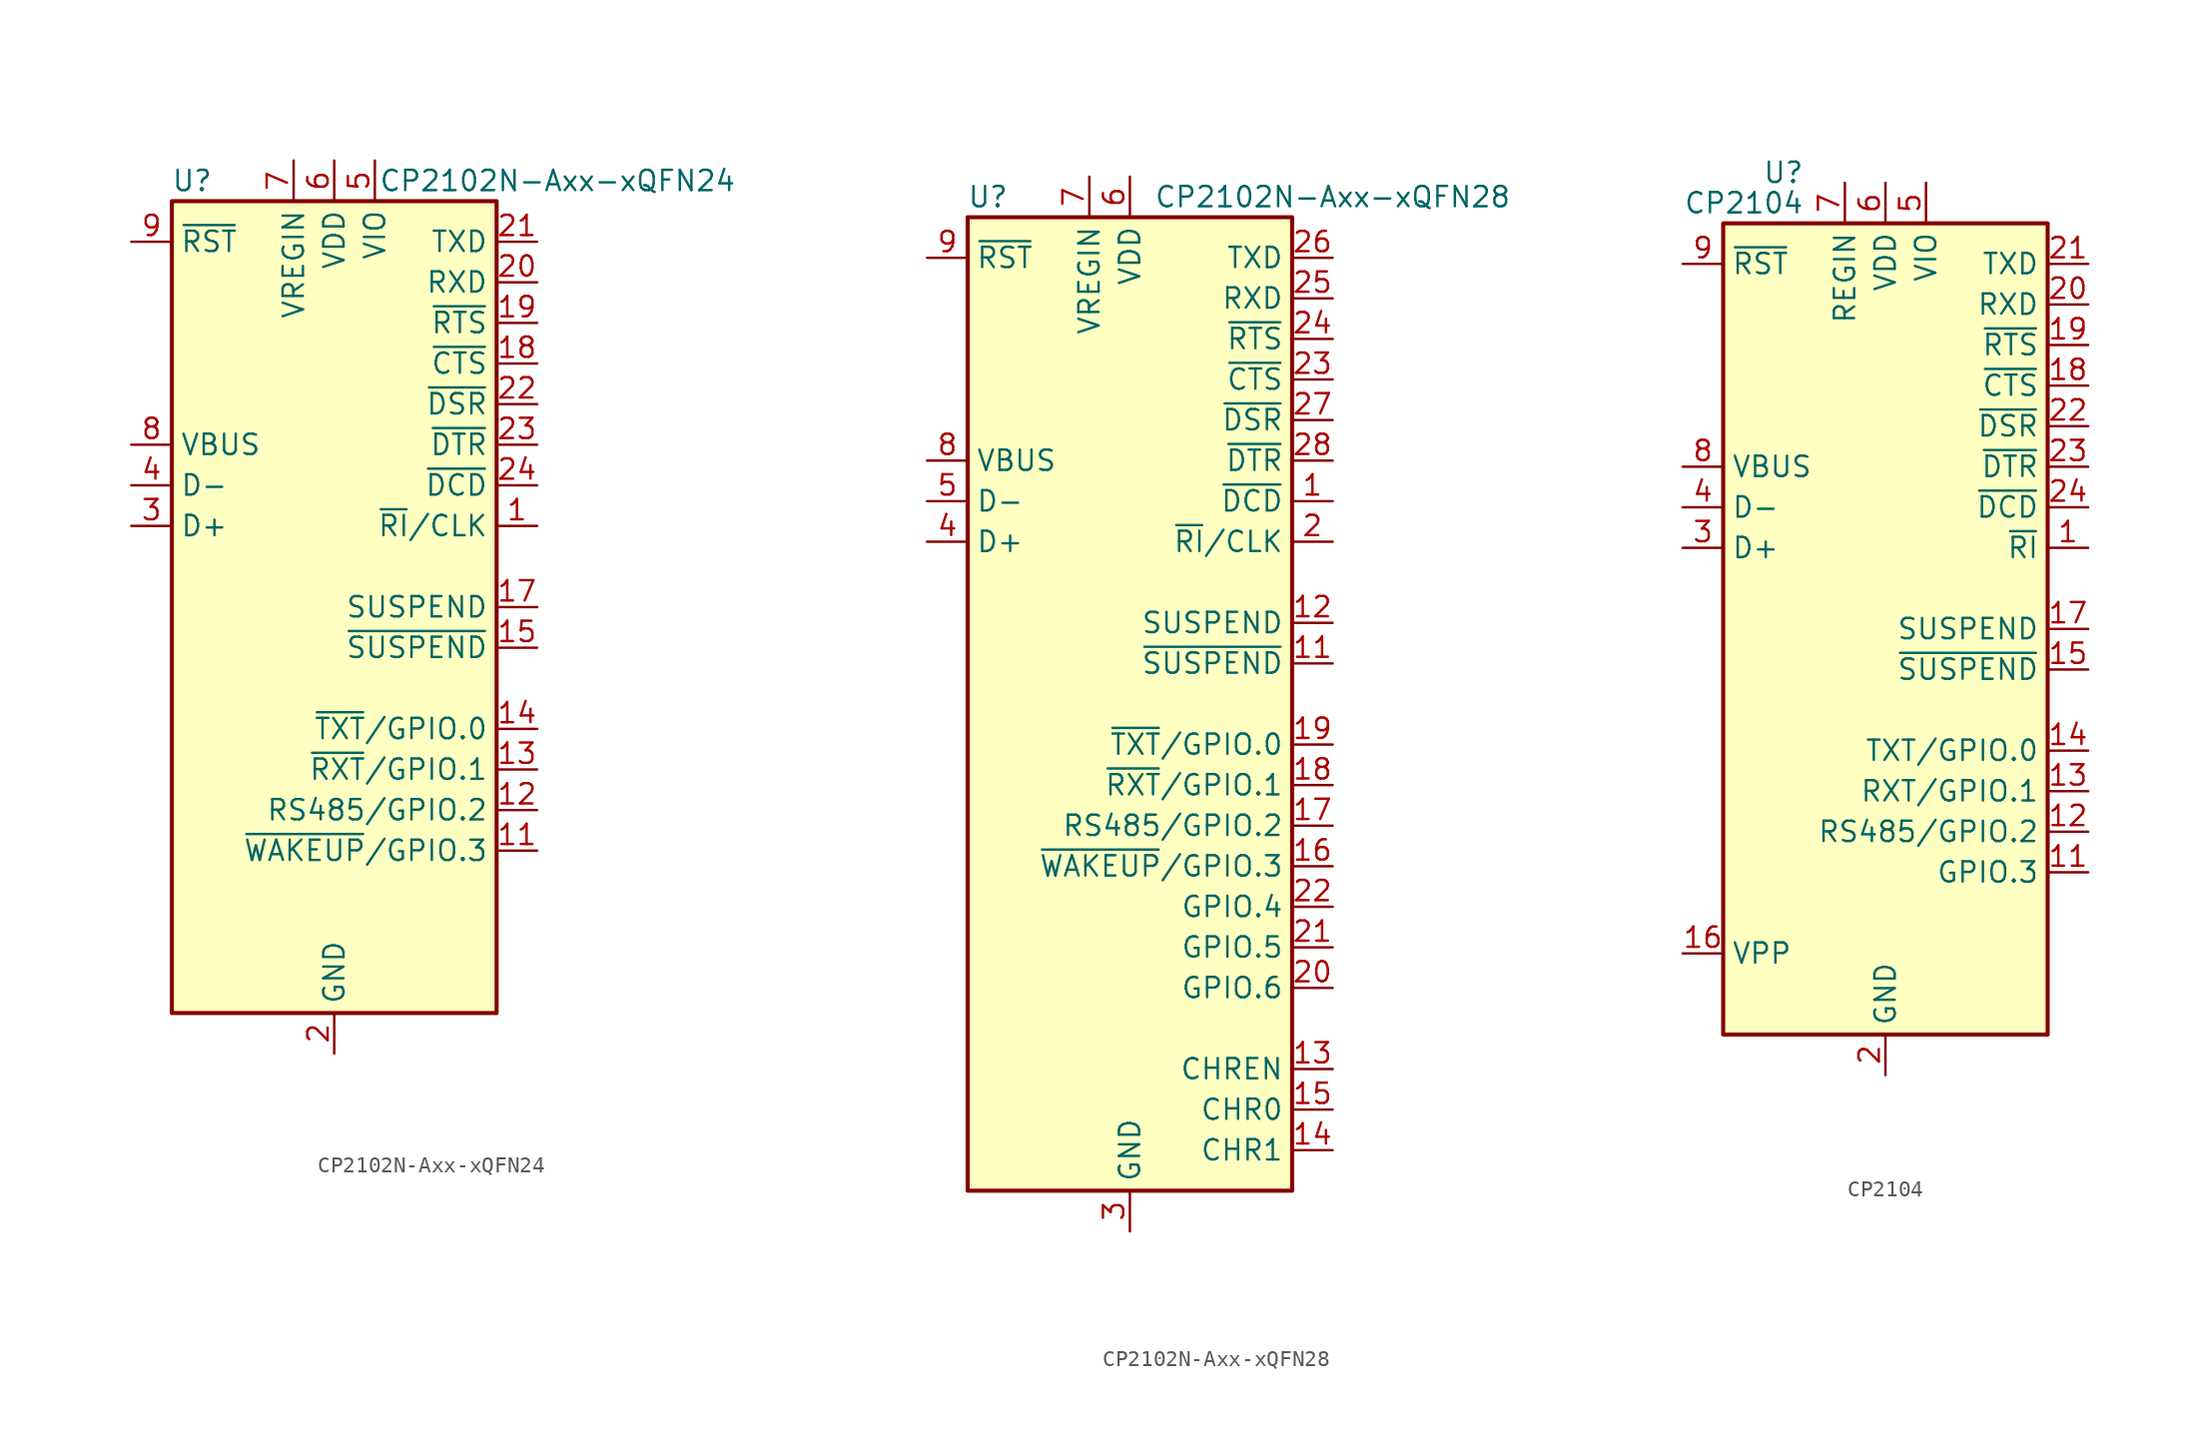
<source format=kicad_sym>
(kicad_symbol_lib
  (version 20200908)
  (generator kicad_symbol_editor)
  (symbol "Interface_USB:CP2102N-Axx-xQFN24"
    (property "Reference" "U"
      (at -8.89 26.67 0)
      (effects (font (size 1.27 1.27))))
    (property "Value" "CP2102N-Axx-xQFN24"
      (at 13.97 26.67 0)
      (effects (font (size 1.27 1.27))))
    (symbol "CP2102N-Axx-xQFN24_0_1"
      (rectangle (start -10.16 25.4) (end 10.16 -25.4) (stroke (width 0.254)) (fill (type background))))
    (symbol "CP2102N-Axx-xQFN24_1_1"
      (pin bidirectional line (at 12.7 5.08 180) (length 2.54) (name "~RI~/CLK" (effects (font (size 1.27 1.27)))) (number "1" (effects (font (size 1.27 1.27)))))
      (pin unconnected line (at -10.16 -22.86 0) (length 2.54) hide (name "NC" (effects (font (size 1.27 1.27)))) (number "10" (effects (font (size 1.27 1.27)))))
      (pin bidirectional line (at 12.7 -15.24 180) (length 2.54) (name "~WAKEUP~/GPIO.3" (effects (font (size 1.27 1.27)))) (number "11" (effects (font (size 1.27 1.27)))))
      (pin bidirectional line (at 12.7 -12.7 180) (length 2.54) (name "RS485/GPIO.2" (effects (font (size 1.27 1.27)))) (number "12" (effects (font (size 1.27 1.27)))))
      (pin bidirectional line (at 12.7 -10.16 180) (length 2.54) (name "~RXT~/GPIO.1" (effects (font (size 1.27 1.27)))) (number "13" (effects (font (size 1.27 1.27)))))
      (pin bidirectional line (at 12.7 -7.62 180) (length 2.54) (name "~TXT~/GPIO.0" (effects (font (size 1.27 1.27)))) (number "14" (effects (font (size 1.27 1.27)))))
      (pin output line (at 12.7 -2.54 180) (length 2.54) (name "~SUSPEND" (effects (font (size 1.27 1.27)))) (number "15" (effects (font (size 1.27 1.27)))))
      (pin unconnected line (at 10.16 -22.86 180) (length 2.54) hide (name "NC" (effects (font (size 1.27 1.27)))) (number "16" (effects (font (size 1.27 1.27)))))
      (pin output line (at 12.7 0 180) (length 2.54) (name "SUSPEND" (effects (font (size 1.27 1.27)))) (number "17" (effects (font (size 1.27 1.27)))))
      (pin input line (at 12.7 15.24 180) (length 2.54) (name "~CTS" (effects (font (size 1.27 1.27)))) (number "18" (effects (font (size 1.27 1.27)))))
      (pin output line (at 12.7 17.78 180) (length 2.54) (name "~RTS" (effects (font (size 1.27 1.27)))) (number "19" (effects (font (size 1.27 1.27)))))
      (pin power_in line (at 0 -27.94 90) (length 2.54) (name "GND" (effects (font (size 1.27 1.27)))) (number "2" (effects (font (size 1.27 1.27)))))
      (pin input line (at 12.7 20.32 180) (length 2.54) (name "RXD" (effects (font (size 1.27 1.27)))) (number "20" (effects (font (size 1.27 1.27)))))
      (pin output line (at 12.7 22.86 180) (length 2.54) (name "TXD" (effects (font (size 1.27 1.27)))) (number "21" (effects (font (size 1.27 1.27)))))
      (pin input line (at 12.7 12.7 180) (length 2.54) (name "~DSR" (effects (font (size 1.27 1.27)))) (number "22" (effects (font (size 1.27 1.27)))))
      (pin output line (at 12.7 10.16 180) (length 2.54) (name "~DTR" (effects (font (size 1.27 1.27)))) (number "23" (effects (font (size 1.27 1.27)))))
      (pin input line (at 12.7 7.62 180) (length 2.54) (name "~DCD" (effects (font (size 1.27 1.27)))) (number "24" (effects (font (size 1.27 1.27)))))
      (pin passive line (at 0 -27.94 90) (length 2.54) hide (name "GND" (effects (font (size 1.27 1.27)))) (number "25" (effects (font (size 1.27 1.27)))))
      (pin bidirectional line (at -12.7 5.08 0) (length 2.54) (name "D+" (effects (font (size 1.27 1.27)))) (number "3" (effects (font (size 1.27 1.27)))))
      (pin bidirectional line (at -12.7 7.62 0) (length 2.54) (name "D-" (effects (font (size 1.27 1.27)))) (number "4" (effects (font (size 1.27 1.27)))))
      (pin power_in line (at 2.54 27.94 270) (length 2.54) (name "VIO" (effects (font (size 1.27 1.27)))) (number "5" (effects (font (size 1.27 1.27)))))
      (pin power_in line (at 0 27.94 270) (length 2.54) (name "VDD" (effects (font (size 1.27 1.27)))) (number "6" (effects (font (size 1.27 1.27)))))
      (pin power_in line (at -2.54 27.94 270) (length 2.54) (name "VREGIN" (effects (font (size 1.27 1.27)))) (number "7" (effects (font (size 1.27 1.27)))))
      (pin input line (at -12.7 10.16 0) (length 2.54) (name "VBUS" (effects (font (size 1.27 1.27)))) (number "8" (effects (font (size 1.27 1.27)))))
      (pin input line (at -12.7 22.86 0) (length 2.54) (name "~RST" (effects (font (size 1.27 1.27)))) (number "9" (effects (font (size 1.27 1.27)))))))
  (symbol "Interface_USB:CP2102N-Axx-xQFN28"
    (property "Reference" "U"
      (at -8.89 31.75 0)
      (effects (font (size 1.27 1.27))))
    (property "Value" "CP2102N-Axx-xQFN28"
      (at 12.7 31.75 0)
      (effects (font (size 1.27 1.27))))
    (symbol "CP2102N-Axx-xQFN28_0_1"
      (rectangle (start -10.16 30.48) (end 10.16 -30.48) (stroke (width 0.254)) (fill (type background))))
    (symbol "CP2102N-Axx-xQFN28_1_1"
      (pin input line (at 12.7 12.7 180) (length 2.54) (name "~DCD" (effects (font (size 1.27 1.27)))) (number "1" (effects (font (size 1.27 1.27)))))
      (pin unconnected line (at -10.16 -27.94 0) (length 2.54) hide (name "NC" (effects (font (size 1.27 1.27)))) (number "10" (effects (font (size 1.27 1.27)))))
      (pin output line (at 12.7 2.54 180) (length 2.54) (name "~SUSPEND" (effects (font (size 1.27 1.27)))) (number "11" (effects (font (size 1.27 1.27)))))
      (pin output line (at 12.7 5.08 180) (length 2.54) (name "SUSPEND" (effects (font (size 1.27 1.27)))) (number "12" (effects (font (size 1.27 1.27)))))
      (pin output line (at 12.7 -22.86 180) (length 2.54) (name "CHREN" (effects (font (size 1.27 1.27)))) (number "13" (effects (font (size 1.27 1.27)))))
      (pin output line (at 12.7 -27.94 180) (length 2.54) (name "CHR1" (effects (font (size 1.27 1.27)))) (number "14" (effects (font (size 1.27 1.27)))))
      (pin output line (at 12.7 -25.4 180) (length 2.54) (name "CHR0" (effects (font (size 1.27 1.27)))) (number "15" (effects (font (size 1.27 1.27)))))
      (pin bidirectional line (at 12.7 -10.16 180) (length 2.54) (name "~WAKEUP~/GPIO.3" (effects (font (size 1.27 1.27)))) (number "16" (effects (font (size 1.27 1.27)))))
      (pin bidirectional line (at 12.7 -7.62 180) (length 2.54) (name "RS485/GPIO.2" (effects (font (size 1.27 1.27)))) (number "17" (effects (font (size 1.27 1.27)))))
      (pin bidirectional line (at 12.7 -5.08 180) (length 2.54) (name "~RXT~/GPIO.1" (effects (font (size 1.27 1.27)))) (number "18" (effects (font (size 1.27 1.27)))))
      (pin bidirectional line (at 12.7 -2.54 180) (length 2.54) (name "~TXT~/GPIO.0" (effects (font (size 1.27 1.27)))) (number "19" (effects (font (size 1.27 1.27)))))
      (pin bidirectional line (at 12.7 10.16 180) (length 2.54) (name "~RI~/CLK" (effects (font (size 1.27 1.27)))) (number "2" (effects (font (size 1.27 1.27)))))
      (pin bidirectional line (at 12.7 -17.78 180) (length 2.54) (name "GPIO.6" (effects (font (size 1.27 1.27)))) (number "20" (effects (font (size 1.27 1.27)))))
      (pin bidirectional line (at 12.7 -15.24 180) (length 2.54) (name "GPIO.5" (effects (font (size 1.27 1.27)))) (number "21" (effects (font (size 1.27 1.27)))))
      (pin bidirectional line (at 12.7 -12.7 180) (length 2.54) (name "GPIO.4" (effects (font (size 1.27 1.27)))) (number "22" (effects (font (size 1.27 1.27)))))
      (pin input line (at 12.7 20.32 180) (length 2.54) (name "~CTS" (effects (font (size 1.27 1.27)))) (number "23" (effects (font (size 1.27 1.27)))))
      (pin output line (at 12.7 22.86 180) (length 2.54) (name "~RTS" (effects (font (size 1.27 1.27)))) (number "24" (effects (font (size 1.27 1.27)))))
      (pin input line (at 12.7 25.4 180) (length 2.54) (name "RXD" (effects (font (size 1.27 1.27)))) (number "25" (effects (font (size 1.27 1.27)))))
      (pin output line (at 12.7 27.94 180) (length 2.54) (name "TXD" (effects (font (size 1.27 1.27)))) (number "26" (effects (font (size 1.27 1.27)))))
      (pin input line (at 12.7 17.78 180) (length 2.54) (name "~DSR" (effects (font (size 1.27 1.27)))) (number "27" (effects (font (size 1.27 1.27)))))
      (pin output line (at 12.7 15.24 180) (length 2.54) (name "~DTR" (effects (font (size 1.27 1.27)))) (number "28" (effects (font (size 1.27 1.27)))))
      (pin passive line (at 0 -33.02 90) (length 2.54) hide (name "GND" (effects (font (size 1.27 1.27)))) (number "29" (effects (font (size 1.27 1.27)))))
      (pin power_in line (at 0 -33.02 90) (length 2.54) (name "GND" (effects (font (size 1.27 1.27)))) (number "3" (effects (font (size 1.27 1.27)))))
      (pin bidirectional line (at -12.7 10.16 0) (length 2.54) (name "D+" (effects (font (size 1.27 1.27)))) (number "4" (effects (font (size 1.27 1.27)))))
      (pin bidirectional line (at -12.7 12.7 0) (length 2.54) (name "D-" (effects (font (size 1.27 1.27)))) (number "5" (effects (font (size 1.27 1.27)))))
      (pin power_in line (at 0 33.02 270) (length 2.54) (name "VDD" (effects (font (size 1.27 1.27)))) (number "6" (effects (font (size 1.27 1.27)))))
      (pin power_in line (at -2.54 33.02 270) (length 2.54) (name "VREGIN" (effects (font (size 1.27 1.27)))) (number "7" (effects (font (size 1.27 1.27)))))
      (pin input line (at -12.7 15.24 0) (length 2.54) (name "VBUS" (effects (font (size 1.27 1.27)))) (number "8" (effects (font (size 1.27 1.27)))))
      (pin input line (at -12.7 27.94 0) (length 2.54) (name "~RST" (effects (font (size 1.27 1.27)))) (number "9" (effects (font (size 1.27 1.27)))))))
  (symbol "Interface_USB:CP2104"
    (property "Reference" "U"
      (at -5.08 28.575 0)
      (effects (font (size 1.27 1.27)) (justify right)))
    (property "Value" "CP2104"
      (at -5.08 26.67 0)
      (effects (font (size 1.27 1.27)) (justify right)))
    (symbol "CP2104_1_1"
      (rectangle (start -10.16 25.4) (end 10.16 -25.4) (stroke (width 0.254)) (fill (type background)))
      (pin input line (at 12.7 5.08 180) (length 2.54) (name "~RI" (effects (font (size 1.27 1.27)))) (number "1" (effects (font (size 1.27 1.27)))))
      (pin unconnected line (at 10.16 -20.32 180) (length 2.54) hide (name "NC" (effects (font (size 1.27 1.27)))) (number "10" (effects (font (size 1.27 1.27)))))
      (pin bidirectional line (at 12.7 -15.24 180) (length 2.54) (name "GPIO.3" (effects (font (size 1.27 1.27)))) (number "11" (effects (font (size 1.27 1.27)))))
      (pin bidirectional line (at 12.7 -12.7 180) (length 2.54) (name "RS485/GPIO.2" (effects (font (size 1.27 1.27)))) (number "12" (effects (font (size 1.27 1.27)))))
      (pin bidirectional line (at 12.7 -10.16 180) (length 2.54) (name "RXT/GPIO.1" (effects (font (size 1.27 1.27)))) (number "13" (effects (font (size 1.27 1.27)))))
      (pin bidirectional line (at 12.7 -7.62 180) (length 2.54) (name "TXT/GPIO.0" (effects (font (size 1.27 1.27)))) (number "14" (effects (font (size 1.27 1.27)))))
      (pin output line (at 12.7 -2.54 180) (length 2.54) (name "~SUSPEND" (effects (font (size 1.27 1.27)))) (number "15" (effects (font (size 1.27 1.27)))))
      (pin passive line (at -12.7 -20.32 0) (length 2.54) (name "VPP" (effects (font (size 1.27 1.27)))) (number "16" (effects (font (size 1.27 1.27)))))
      (pin output line (at 12.7 0 180) (length 2.54) (name "SUSPEND" (effects (font (size 1.27 1.27)))) (number "17" (effects (font (size 1.27 1.27)))))
      (pin input line (at 12.7 15.24 180) (length 2.54) (name "~CTS" (effects (font (size 1.27 1.27)))) (number "18" (effects (font (size 1.27 1.27)))))
      (pin output line (at 12.7 17.78 180) (length 2.54) (name "~RTS" (effects (font (size 1.27 1.27)))) (number "19" (effects (font (size 1.27 1.27)))))
      (pin power_in line (at 0 -27.94 90) (length 2.54) (name "GND" (effects (font (size 1.27 1.27)))) (number "2" (effects (font (size 1.27 1.27)))))
      (pin input line (at 12.7 20.32 180) (length 2.54) (name "RXD" (effects (font (size 1.27 1.27)))) (number "20" (effects (font (size 1.27 1.27)))))
      (pin output line (at 12.7 22.86 180) (length 2.54) (name "TXD" (effects (font (size 1.27 1.27)))) (number "21" (effects (font (size 1.27 1.27)))))
      (pin input line (at 12.7 12.7 180) (length 2.54) (name "~DSR" (effects (font (size 1.27 1.27)))) (number "22" (effects (font (size 1.27 1.27)))))
      (pin output line (at 12.7 10.16 180) (length 2.54) (name "~DTR" (effects (font (size 1.27 1.27)))) (number "23" (effects (font (size 1.27 1.27)))))
      (pin input line (at 12.7 7.62 180) (length 2.54) (name "~DCD" (effects (font (size 1.27 1.27)))) (number "24" (effects (font (size 1.27 1.27)))))
      (pin passive line (at 0 -27.94 90) (length 2.54) hide (name "GND" (effects (font (size 1.27 1.27)))) (number "25" (effects (font (size 1.27 1.27)))))
      (pin bidirectional line (at -12.7 5.08 0) (length 2.54) (name "D+" (effects (font (size 1.27 1.27)))) (number "3" (effects (font (size 1.27 1.27)))))
      (pin bidirectional line (at -12.7 7.62 0) (length 2.54) (name "D-" (effects (font (size 1.27 1.27)))) (number "4" (effects (font (size 1.27 1.27)))))
      (pin power_in line (at 2.54 27.94 270) (length 2.54) (name "VIO" (effects (font (size 1.27 1.27)))) (number "5" (effects (font (size 1.27 1.27)))))
      (pin power_in line (at 0 27.94 270) (length 2.54) (name "VDD" (effects (font (size 1.27 1.27)))) (number "6" (effects (font (size 1.27 1.27)))))
      (pin power_in line (at -2.54 27.94 270) (length 2.54) (name "REGIN" (effects (font (size 1.27 1.27)))) (number "7" (effects (font (size 1.27 1.27)))))
      (pin input line (at -12.7 10.16 0) (length 2.54) (name "VBUS" (effects (font (size 1.27 1.27)))) (number "8" (effects (font (size 1.27 1.27)))))
      (pin bidirectional line (at -12.7 22.86 0) (length 2.54) (name "~RST" (effects (font (size 1.27 1.27)))) (number "9" (effects (font (size 1.27 1.27))))))))
</source>
